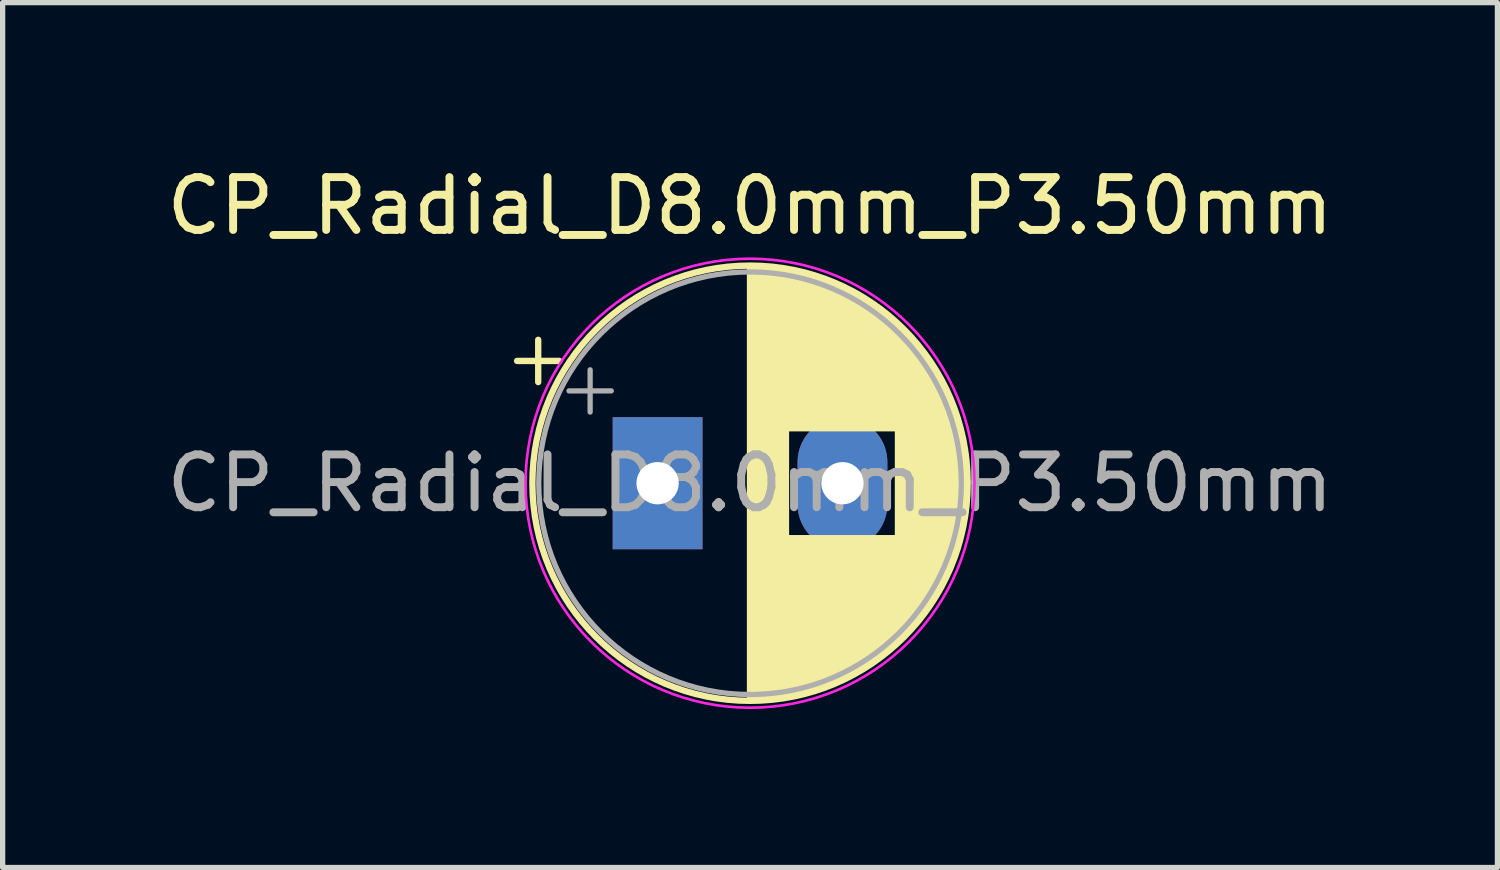
<source format=kicad_pcb>
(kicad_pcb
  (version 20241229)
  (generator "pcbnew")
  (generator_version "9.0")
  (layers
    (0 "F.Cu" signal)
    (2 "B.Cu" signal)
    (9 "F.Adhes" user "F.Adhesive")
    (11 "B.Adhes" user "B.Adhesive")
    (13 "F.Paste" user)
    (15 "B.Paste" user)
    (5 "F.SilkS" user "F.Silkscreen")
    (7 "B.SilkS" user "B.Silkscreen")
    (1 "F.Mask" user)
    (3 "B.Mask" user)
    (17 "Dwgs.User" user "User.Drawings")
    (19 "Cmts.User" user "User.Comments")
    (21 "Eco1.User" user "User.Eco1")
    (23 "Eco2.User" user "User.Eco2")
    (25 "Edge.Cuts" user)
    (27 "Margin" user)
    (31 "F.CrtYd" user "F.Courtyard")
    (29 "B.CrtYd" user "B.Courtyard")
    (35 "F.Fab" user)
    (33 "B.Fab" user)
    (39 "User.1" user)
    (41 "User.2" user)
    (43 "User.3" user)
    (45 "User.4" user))
  (footprint "CP_Radial_D8.0mm_P3.50mm"
    (layer "F.Cu")
    (at 9.399 6.098)
    (property "Reference" "CP_Radial_D8.0mm_P3.50mm" (at 1.75 -5.25 0) (layer "F.SilkS") (effects (font (size 1 1) (thickness 0.15))))
    (attr through_hole)
    (fp_line (start -2.66 -2.315) (end -1.86 -2.315) (stroke (width 0.12) (type solid)) (layer "F.SilkS"))
    (fp_line (start -2.26 -2.715) (end -2.26 -1.915) (stroke (width 0.12) (type solid)) (layer "F.SilkS"))
    (fp_line (start 1.75 -4.08) (end 1.75 4.08) (stroke (width 0.12) (type solid)) (layer "F.SilkS"))
    (fp_line (start 1.79 -4.08) (end 1.79 4.08) (stroke (width 0.12) (type solid)) (layer "F.SilkS"))
    (fp_line (start 1.83 -4.08) (end 1.83 4.08) (stroke (width 0.12) (type solid)) (layer "F.SilkS"))
    (fp_line (start 1.87 -4.079) (end 1.87 4.079) (stroke (width 0.12) (type solid)) (layer "F.SilkS"))
    (fp_line (start 1.91 -4.077) (end 1.91 4.077) (stroke (width 0.12) (type solid)) (layer "F.SilkS"))
    (fp_line (start 1.95 -4.076) (end 1.95 4.076) (stroke (width 0.12) (type solid)) (layer "F.SilkS"))
    (fp_line (start 1.99 -4.074) (end 1.99 4.074) (stroke (width 0.12) (type solid)) (layer "F.SilkS"))
    (fp_line (start 2.03 -4.071) (end 2.03 4.071) (stroke (width 0.12) (type solid)) (layer "F.SilkS"))
    (fp_line (start 2.07 -4.068) (end 2.07 4.068) (stroke (width 0.12) (type solid)) (layer "F.SilkS"))
    (fp_line (start 2.11 -4.065) (end 2.11 4.065) (stroke (width 0.12) (type solid)) (layer "F.SilkS"))
    (fp_line (start 2.15 -4.061) (end 2.15 4.061) (stroke (width 0.12) (type solid)) (layer "F.SilkS"))
    (fp_line (start 2.19 -4.057) (end 2.19 4.057) (stroke (width 0.12) (type solid)) (layer "F.SilkS"))
    (fp_line (start 2.23 -4.052) (end 2.23 4.052) (stroke (width 0.12) (type solid)) (layer "F.SilkS"))
    (fp_line (start 2.27 -4.048) (end 2.27 4.048) (stroke (width 0.12) (type solid)) (layer "F.SilkS"))
    (fp_line (start 2.31 -4.042) (end 2.31 4.042) (stroke (width 0.12) (type solid)) (layer "F.SilkS"))
    (fp_line (start 2.35 -4.037) (end 2.35 4.037) (stroke (width 0.12) (type solid)) (layer "F.SilkS"))
    (fp_line (start 2.39 -4.03) (end 2.39 4.03) (stroke (width 0.12) (type solid)) (layer "F.SilkS"))
    (fp_line (start 2.43 -4.024) (end 2.43 4.024) (stroke (width 0.12) (type solid)) (layer "F.SilkS"))
    (fp_line (start 2.471 -4.017) (end 2.471 -1.04) (stroke (width 0.12) (type solid)) (layer "F.SilkS"))
    (fp_line (start 2.471 1.04) (end 2.471 4.017) (stroke (width 0.12) (type solid)) (layer "F.SilkS"))
    (fp_line (start 2.511 -4.01) (end 2.511 -1.04) (stroke (width 0.12) (type solid)) (layer "F.SilkS"))
    (fp_line (start 2.511 1.04) (end 2.511 4.01) (stroke (width 0.12) (type solid)) (layer "F.SilkS"))
    (fp_line (start 2.551 -4.002) (end 2.551 -1.04) (stroke (width 0.12) (type solid)) (layer "F.SilkS"))
    (fp_line (start 2.551 1.04) (end 2.551 4.002) (stroke (width 0.12) (type solid)) (layer "F.SilkS"))
    (fp_line (start 2.591 -3.994) (end 2.591 -1.04) (stroke (width 0.12) (type solid)) (layer "F.SilkS"))
    (fp_line (start 2.591 1.04) (end 2.591 3.994) (stroke (width 0.12) (type solid)) (layer "F.SilkS"))
    (fp_line (start 2.631 -3.985) (end 2.631 -1.04) (stroke (width 0.12) (type solid)) (layer "F.SilkS"))
    (fp_line (start 2.631 1.04) (end 2.631 3.985) (stroke (width 0.12) (type solid)) (layer "F.SilkS"))
    (fp_line (start 2.671 -3.976) (end 2.671 -1.04) (stroke (width 0.12) (type solid)) (layer "F.SilkS"))
    (fp_line (start 2.671 1.04) (end 2.671 3.976) (stroke (width 0.12) (type solid)) (layer "F.SilkS"))
    (fp_line (start 2.711 -3.967) (end 2.711 -1.04) (stroke (width 0.12) (type solid)) (layer "F.SilkS"))
    (fp_line (start 2.711 1.04) (end 2.711 3.967) (stroke (width 0.12) (type solid)) (layer "F.SilkS"))
    (fp_line (start 2.751 -3.957) (end 2.751 -1.04) (stroke (width 0.12) (type solid)) (layer "F.SilkS"))
    (fp_line (start 2.751 1.04) (end 2.751 3.957) (stroke (width 0.12) (type solid)) (layer "F.SilkS"))
    (fp_line (start 2.791 -3.947) (end 2.791 -1.04) (stroke (width 0.12) (type solid)) (layer "F.SilkS"))
    (fp_line (start 2.791 1.04) (end 2.791 3.947) (stroke (width 0.12) (type solid)) (layer "F.SilkS"))
    (fp_line (start 2.831 -3.936) (end 2.831 -1.04) (stroke (width 0.12) (type solid)) (layer "F.SilkS"))
    (fp_line (start 2.831 1.04) (end 2.831 3.936) (stroke (width 0.12) (type solid)) (layer "F.SilkS"))
    (fp_line (start 2.871 -3.925) (end 2.871 -1.04) (stroke (width 0.12) (type solid)) (layer "F.SilkS"))
    (fp_line (start 2.871 1.04) (end 2.871 3.925) (stroke (width 0.12) (type solid)) (layer "F.SilkS"))
    (fp_line (start 2.911 -3.914) (end 2.911 -1.04) (stroke (width 0.12) (type solid)) (layer "F.SilkS"))
    (fp_line (start 2.911 1.04) (end 2.911 3.914) (stroke (width 0.12) (type solid)) (layer "F.SilkS"))
    (fp_line (start 2.951 -3.902) (end 2.951 -1.04) (stroke (width 0.12) (type solid)) (layer "F.SilkS"))
    (fp_line (start 2.951 1.04) (end 2.951 3.902) (stroke (width 0.12) (type solid)) (layer "F.SilkS"))
    (fp_line (start 2.991 -3.889) (end 2.991 -1.04) (stroke (width 0.12) (type solid)) (layer "F.SilkS"))
    (fp_line (start 2.991 1.04) (end 2.991 3.889) (stroke (width 0.12) (type solid)) (layer "F.SilkS"))
    (fp_line (start 3.031 -3.877) (end 3.031 -1.04) (stroke (width 0.12) (type solid)) (layer "F.SilkS"))
    (fp_line (start 3.031 1.04) (end 3.031 3.877) (stroke (width 0.12) (type solid)) (layer "F.SilkS"))
    (fp_line (start 3.071 -3.863) (end 3.071 -1.04) (stroke (width 0.12) (type solid)) (layer "F.SilkS"))
    (fp_line (start 3.071 1.04) (end 3.071 3.863) (stroke (width 0.12) (type solid)) (layer "F.SilkS"))
    (fp_line (start 3.111 -3.85) (end 3.111 -1.04) (stroke (width 0.12) (type solid)) (layer "F.SilkS"))
    (fp_line (start 3.111 1.04) (end 3.111 3.85) (stroke (width 0.12) (type solid)) (layer "F.SilkS"))
    (fp_line (start 3.151 -3.835) (end 3.151 -1.04) (stroke (width 0.12) (type solid)) (layer "F.SilkS"))
    (fp_line (start 3.151 1.04) (end 3.151 3.835) (stroke (width 0.12) (type solid)) (layer "F.SilkS"))
    (fp_line (start 3.191 -3.821) (end 3.191 -1.04) (stroke (width 0.12) (type solid)) (layer "F.SilkS"))
    (fp_line (start 3.191 1.04) (end 3.191 3.821) (stroke (width 0.12) (type solid)) (layer "F.SilkS"))
    (fp_line (start 3.231 -3.805) (end 3.231 -1.04) (stroke (width 0.12) (type solid)) (layer "F.SilkS"))
    (fp_line (start 3.231 1.04) (end 3.231 3.805) (stroke (width 0.12) (type solid)) (layer "F.SilkS"))
    (fp_line (start 3.271 -3.79) (end 3.271 -1.04) (stroke (width 0.12) (type solid)) (layer "F.SilkS"))
    (fp_line (start 3.271 1.04) (end 3.271 3.79) (stroke (width 0.12) (type solid)) (layer "F.SilkS"))
    (fp_line (start 3.311 -3.774) (end 3.311 -1.04) (stroke (width 0.12) (type solid)) (layer "F.SilkS"))
    (fp_line (start 3.311 1.04) (end 3.311 3.774) (stroke (width 0.12) (type solid)) (layer "F.SilkS"))
    (fp_line (start 3.351 -3.757) (end 3.351 -1.04) (stroke (width 0.12) (type solid)) (layer "F.SilkS"))
    (fp_line (start 3.351 1.04) (end 3.351 3.757) (stroke (width 0.12) (type solid)) (layer "F.SilkS"))
    (fp_line (start 3.391 -3.74) (end 3.391 -1.04) (stroke (width 0.12) (type solid)) (layer "F.SilkS"))
    (fp_line (start 3.391 1.04) (end 3.391 3.74) (stroke (width 0.12) (type solid)) (layer "F.SilkS"))
    (fp_line (start 3.431 -3.722) (end 3.431 -1.04) (stroke (width 0.12) (type solid)) (layer "F.SilkS"))
    (fp_line (start 3.431 1.04) (end 3.431 3.722) (stroke (width 0.12) (type solid)) (layer "F.SilkS"))
    (fp_line (start 3.471 -3.704) (end 3.471 -1.04) (stroke (width 0.12) (type solid)) (layer "F.SilkS"))
    (fp_line (start 3.471 1.04) (end 3.471 3.704) (stroke (width 0.12) (type solid)) (layer "F.SilkS"))
    (fp_line (start 3.511 -3.686) (end 3.511 -1.04) (stroke (width 0.12) (type solid)) (layer "F.SilkS"))
    (fp_line (start 3.511 1.04) (end 3.511 3.686) (stroke (width 0.12) (type solid)) (layer "F.SilkS"))
    (fp_line (start 3.551 -3.666) (end 3.551 -1.04) (stroke (width 0.12) (type solid)) (layer "F.SilkS"))
    (fp_line (start 3.551 1.04) (end 3.551 3.666) (stroke (width 0.12) (type solid)) (layer "F.SilkS"))
    (fp_line (start 3.591 -3.647) (end 3.591 -1.04) (stroke (width 0.12) (type solid)) (layer "F.SilkS"))
    (fp_line (start 3.591 1.04) (end 3.591 3.647) (stroke (width 0.12) (type solid)) (layer "F.SilkS"))
    (fp_line (start 3.631 -3.627) (end 3.631 -1.04) (stroke (width 0.12) (type solid)) (layer "F.SilkS"))
    (fp_line (start 3.631 1.04) (end 3.631 3.627) (stroke (width 0.12) (type solid)) (layer "F.SilkS"))
    (fp_line (start 3.671 -3.606) (end 3.671 -1.04) (stroke (width 0.12) (type solid)) (layer "F.SilkS"))
    (fp_line (start 3.671 1.04) (end 3.671 3.606) (stroke (width 0.12) (type solid)) (layer "F.SilkS"))
    (fp_line (start 3.711 -3.584) (end 3.711 -1.04) (stroke (width 0.12) (type solid)) (layer "F.SilkS"))
    (fp_line (start 3.711 1.04) (end 3.711 3.584) (stroke (width 0.12) (type solid)) (layer "F.SilkS"))
    (fp_line (start 3.751 -3.562) (end 3.751 -1.04) (stroke (width 0.12) (type solid)) (layer "F.SilkS"))
    (fp_line (start 3.751 1.04) (end 3.751 3.562) (stroke (width 0.12) (type solid)) (layer "F.SilkS"))
    (fp_line (start 3.791 -3.54) (end 3.791 -1.04) (stroke (width 0.12) (type solid)) (layer "F.SilkS"))
    (fp_line (start 3.791 1.04) (end 3.791 3.54) (stroke (width 0.12) (type solid)) (layer "F.SilkS"))
    (fp_line (start 3.831 -3.517) (end 3.831 -1.04) (stroke (width 0.12) (type solid)) (layer "F.SilkS"))
    (fp_line (start 3.831 1.04) (end 3.831 3.517) (stroke (width 0.12) (type solid)) (layer "F.SilkS"))
    (fp_line (start 3.871 -3.493) (end 3.871 -1.04) (stroke (width 0.12) (type solid)) (layer "F.SilkS"))
    (fp_line (start 3.871 1.04) (end 3.871 3.493) (stroke (width 0.12) (type solid)) (layer "F.SilkS"))
    (fp_line (start 3.911 -3.469) (end 3.911 -1.04) (stroke (width 0.12) (type solid)) (layer "F.SilkS"))
    (fp_line (start 3.911 1.04) (end 3.911 3.469) (stroke (width 0.12) (type solid)) (layer "F.SilkS"))
    (fp_line (start 3.951 -3.444) (end 3.951 -1.04) (stroke (width 0.12) (type solid)) (layer "F.SilkS"))
    (fp_line (start 3.951 1.04) (end 3.951 3.444) (stroke (width 0.12) (type solid)) (layer "F.SilkS"))
    (fp_line (start 3.991 -3.418) (end 3.991 -1.04) (stroke (width 0.12) (type solid)) (layer "F.SilkS"))
    (fp_line (start 3.991 1.04) (end 3.991 3.418) (stroke (width 0.12) (type solid)) (layer "F.SilkS"))
    (fp_line (start 4.031 -3.392) (end 4.031 -1.04) (stroke (width 0.12) (type solid)) (layer "F.SilkS"))
    (fp_line (start 4.031 1.04) (end 4.031 3.392) (stroke (width 0.12) (type solid)) (layer "F.SilkS"))
    (fp_line (start 4.071 -3.365) (end 4.071 -1.04) (stroke (width 0.12) (type solid)) (layer "F.SilkS"))
    (fp_line (start 4.071 1.04) (end 4.071 3.365) (stroke (width 0.12) (type solid)) (layer "F.SilkS"))
    (fp_line (start 4.111 -3.338) (end 4.111 -1.04) (stroke (width 0.12) (type solid)) (layer "F.SilkS"))
    (fp_line (start 4.111 1.04) (end 4.111 3.338) (stroke (width 0.12) (type solid)) (layer "F.SilkS"))
    (fp_line (start 4.151 -3.309) (end 4.151 -1.04) (stroke (width 0.12) (type solid)) (layer "F.SilkS"))
    (fp_line (start 4.151 1.04) (end 4.151 3.309) (stroke (width 0.12) (type solid)) (layer "F.SilkS"))
    (fp_line (start 4.191 -3.28) (end 4.191 -1.04) (stroke (width 0.12) (type solid)) (layer "F.SilkS"))
    (fp_line (start 4.191 1.04) (end 4.191 3.28) (stroke (width 0.12) (type solid)) (layer "F.SilkS"))
    (fp_line (start 4.231 -3.25) (end 4.231 -1.04) (stroke (width 0.12) (type solid)) (layer "F.SilkS"))
    (fp_line (start 4.231 1.04) (end 4.231 3.25) (stroke (width 0.12) (type solid)) (layer "F.SilkS"))
    (fp_line (start 4.271 -3.22) (end 4.271 -1.04) (stroke (width 0.12) (type solid)) (layer "F.SilkS"))
    (fp_line (start 4.271 1.04) (end 4.271 3.22) (stroke (width 0.12) (type solid)) (layer "F.SilkS"))
    (fp_line (start 4.311 -3.189) (end 4.311 -1.04) (stroke (width 0.12) (type solid)) (layer "F.SilkS"))
    (fp_line (start 4.311 1.04) (end 4.311 3.189) (stroke (width 0.12) (type solid)) (layer "F.SilkS"))
    (fp_line (start 4.351 -3.156) (end 4.351 -1.04) (stroke (width 0.12) (type solid)) (layer "F.SilkS"))
    (fp_line (start 4.351 1.04) (end 4.351 3.156) (stroke (width 0.12) (type solid)) (layer "F.SilkS"))
    (fp_line (start 4.391 -3.124) (end 4.391 -1.04) (stroke (width 0.12) (type solid)) (layer "F.SilkS"))
    (fp_line (start 4.391 1.04) (end 4.391 3.124) (stroke (width 0.12) (type solid)) (layer "F.SilkS"))
    (fp_line (start 4.431 -3.09) (end 4.431 -1.04) (stroke (width 0.12) (type solid)) (layer "F.SilkS"))
    (fp_line (start 4.431 1.04) (end 4.431 3.09) (stroke (width 0.12) (type solid)) (layer "F.SilkS"))
    (fp_line (start 4.471 -3.055) (end 4.471 -1.04) (stroke (width 0.12) (type solid)) (layer "F.SilkS"))
    (fp_line (start 4.471 1.04) (end 4.471 3.055) (stroke (width 0.12) (type solid)) (layer "F.SilkS"))
    (fp_line (start 4.511 -3.019) (end 4.511 -1.04) (stroke (width 0.12) (type solid)) (layer "F.SilkS"))
    (fp_line (start 4.511 1.04) (end 4.511 3.019) (stroke (width 0.12) (type solid)) (layer "F.SilkS"))
    (fp_line (start 4.551 -2.983) (end 4.551 2.983) (stroke (width 0.12) (type solid)) (layer "F.SilkS"))
    (fp_line (start 4.591 -2.945) (end 4.591 2.945) (stroke (width 0.12) (type solid)) (layer "F.SilkS"))
    (fp_line (start 4.631 -2.907) (end 4.631 2.907) (stroke (width 0.12) (type solid)) (layer "F.SilkS"))
    (fp_line (start 4.671 -2.867) (end 4.671 2.867) (stroke (width 0.12) (type solid)) (layer "F.SilkS"))
    (fp_line (start 4.711 -2.826) (end 4.711 2.826) (stroke (width 0.12) (type solid)) (layer "F.SilkS"))
    (fp_line (start 4.751 -2.784) (end 4.751 2.784) (stroke (width 0.12) (type solid)) (layer "F.SilkS"))
    (fp_line (start 4.791 -2.741) (end 4.791 2.741) (stroke (width 0.12) (type solid)) (layer "F.SilkS"))
    (fp_line (start 4.831 -2.697) (end 4.831 2.697) (stroke (width 0.12) (type solid)) (layer "F.SilkS"))
    (fp_line (start 4.871 -2.651) (end 4.871 2.651) (stroke (width 0.12) (type solid)) (layer "F.SilkS"))
    (fp_line (start 4.911 -2.604) (end 4.911 2.604) (stroke (width 0.12) (type solid)) (layer "F.SilkS"))
    (fp_line (start 4.951 -2.556) (end 4.951 2.556) (stroke (width 0.12) (type solid)) (layer "F.SilkS"))
    (fp_line (start 4.991 -2.505) (end 4.991 2.505) (stroke (width 0.12) (type solid)) (layer "F.SilkS"))
    (fp_line (start 5.031 -2.454) (end 5.031 2.454) (stroke (width 0.12) (type solid)) (layer "F.SilkS"))
    (fp_line (start 5.071 -2.4) (end 5.071 2.4) (stroke (width 0.12) (type solid)) (layer "F.SilkS"))
    (fp_line (start 5.111 -2.345) (end 5.111 2.345) (stroke (width 0.12) (type solid)) (layer "F.SilkS"))
    (fp_line (start 5.151 -2.287) (end 5.151 2.287) (stroke (width 0.12) (type solid)) (layer "F.SilkS"))
    (fp_line (start 5.191 -2.228) (end 5.191 2.228) (stroke (width 0.12) (type solid)) (layer "F.SilkS"))
    (fp_line (start 5.231 -2.166) (end 5.231 2.166) (stroke (width 0.12) (type solid)) (layer "F.SilkS"))
    (fp_line (start 5.271 -2.102) (end 5.271 2.102) (stroke (width 0.12) (type solid)) (layer "F.SilkS"))
    (fp_line (start 5.311 -2.034) (end 5.311 2.034) (stroke (width 0.12) (type solid)) (layer "F.SilkS"))
    (fp_line (start 5.351 -1.964) (end 5.351 1.964) (stroke (width 0.12) (type solid)) (layer "F.SilkS"))
    (fp_line (start 5.391 -1.89) (end 5.391 1.89) (stroke (width 0.12) (type solid)) (layer "F.SilkS"))
    (fp_line (start 5.431 -1.813) (end 5.431 1.813) (stroke (width 0.12) (type solid)) (layer "F.SilkS"))
    (fp_line (start 5.471 -1.731) (end 5.471 1.731) (stroke (width 0.12) (type solid)) (layer "F.SilkS"))
    (fp_line (start 5.511 -1.645) (end 5.511 1.645) (stroke (width 0.12) (type solid)) (layer "F.SilkS"))
    (fp_line (start 5.551 -1.552) (end 5.551 1.552) (stroke (width 0.12) (type solid)) (layer "F.SilkS"))
    (fp_line (start 5.591 -1.453) (end 5.591 1.453) (stroke (width 0.12) (type solid)) (layer "F.SilkS"))
    (fp_line (start 5.631 -1.346) (end 5.631 1.346) (stroke (width 0.12) (type solid)) (layer "F.SilkS"))
    (fp_line (start 5.671 -1.229) (end 5.671 1.229) (stroke (width 0.12) (type solid)) (layer "F.SilkS"))
    (fp_line (start 5.711 -1.098) (end 5.711 1.098) (stroke (width 0.12) (type solid)) (layer "F.SilkS"))
    (fp_line (start 5.751 -0.948) (end 5.751 0.948) (stroke (width 0.12) (type solid)) (layer "F.SilkS"))
    (fp_line (start 5.791 -0.768) (end 5.791 0.768) (stroke (width 0.12) (type solid)) (layer "F.SilkS"))
    (fp_line (start 5.831 -0.533) (end 5.831 0.533) (stroke (width 0.12) (type solid)) (layer "F.SilkS"))
    (fp_circle (center 1.75 0) (end 5.87 0) (stroke (width 0.12) (type solid)) (fill no) (layer "F.SilkS"))
    (fp_circle (center 1.75 0) (end 6 0) (stroke (width 0.05) (type solid)) (fill no) (layer "F.CrtYd"))
    (fp_line (start -1.677 -1.748) (end -0.877 -1.748) (stroke (width 0.1) (type solid)) (layer "F.Fab"))
    (fp_line (start -1.277 -2.147) (end -1.277 -1.347) (stroke (width 0.1) (type solid)) (layer "F.Fab"))
    (fp_circle (center 1.75 0) (end 5.75 0) (stroke (width 0.1) (type solid)) (fill no) (layer "F.Fab"))
    (fp_text user "${REFERENCE}" (at 1.75 0 0) (layer "F.Fab") (effects (font (size 1 1) (thickness 0.15))))
    (pad "1" thru_hole rect (at 0 0) (size 1.7 2.5) (drill 0.8) (layers "*.Cu" "*.Mask"))
    (pad "2" thru_hole oval (at 3.5 0) (size 1.7 2.5) (drill 0.8) (layers "*.Cu" "*.Mask")))
  (gr_rect
    (start -3 -3)
    (end 25.298 13.373)
    (stroke (width 0.1) (type default))
    (fill no)
    (layer "Edge.Cuts")))
</source>
